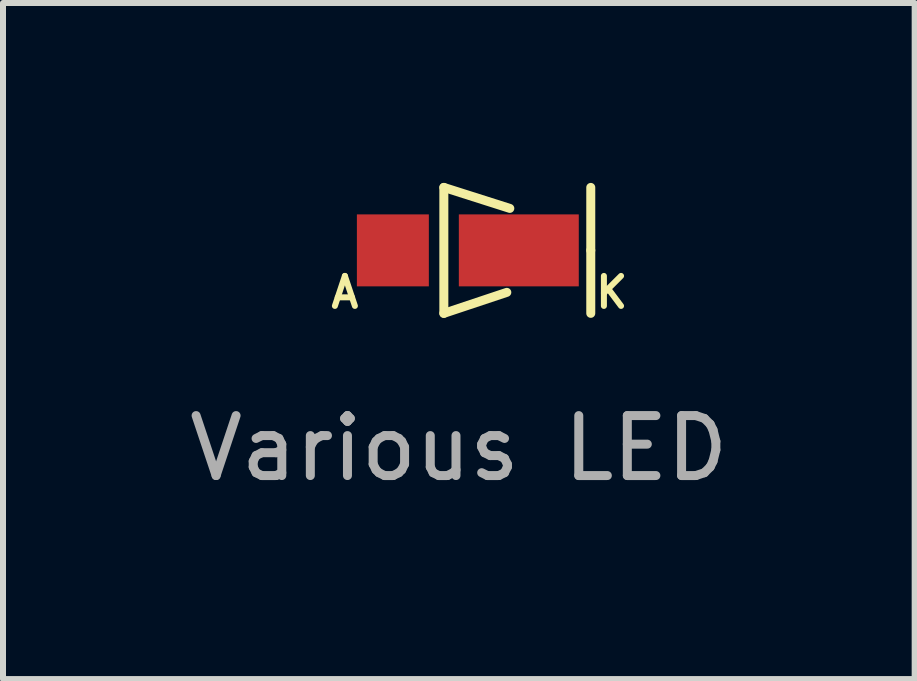
<source format=kicad_pcb>
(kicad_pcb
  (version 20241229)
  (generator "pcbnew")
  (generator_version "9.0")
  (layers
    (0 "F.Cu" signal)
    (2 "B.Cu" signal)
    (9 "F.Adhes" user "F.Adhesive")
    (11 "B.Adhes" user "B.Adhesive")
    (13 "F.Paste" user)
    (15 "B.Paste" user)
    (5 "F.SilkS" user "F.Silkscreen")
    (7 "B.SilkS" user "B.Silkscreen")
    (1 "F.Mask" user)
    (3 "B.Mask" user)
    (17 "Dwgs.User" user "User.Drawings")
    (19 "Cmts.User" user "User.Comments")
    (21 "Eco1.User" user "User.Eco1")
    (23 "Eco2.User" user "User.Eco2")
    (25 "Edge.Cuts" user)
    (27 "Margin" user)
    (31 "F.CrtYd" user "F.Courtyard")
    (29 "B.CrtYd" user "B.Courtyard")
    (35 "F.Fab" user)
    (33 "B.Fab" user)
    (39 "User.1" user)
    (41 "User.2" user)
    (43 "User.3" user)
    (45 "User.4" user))
  (footprint "Various LED"
    (layer "F.Cu")
    (at 4.601 3.925)
    (property "Reference" "Various LED" (at 0 0.5 0) (layer "F.Fab") (effects (font (size 1 1) (thickness 0.15))))
    (attr through_hole)
    (fp_line (start -0.25 -3.85) (end -0.25 -1.75) (stroke (width 0.15) (type solid)) (layer "F.SilkS"))
    (fp_line (start -0.25 -3.85) (end 0.85 -3.5) (stroke (width 0.15) (type solid)) (layer "F.SilkS"))
    (fp_line (start -0.25 -1.75) (end 0.8 -2.1) (stroke (width 0.15) (type solid)) (layer "F.SilkS"))
    (fp_line (start 2.2 -2.8) (end 2.2 -3.85) (stroke (width 0.15) (type solid)) (layer "F.SilkS"))
    (fp_line (start 2.2 -1.75) (end 2.2 -2.8) (stroke (width 0.15) (type solid)) (layer "F.SilkS"))
    (fp_text user "A" (at -1.9 -2.1 0) (layer "F.SilkS") (effects (font (size 0.5 0.5) (thickness 0.1))))
    (fp_text user "K" (at 2.55 -2.1 0) (layer "F.SilkS") (effects (font (size 0.5 0.5) (thickness 0.1))))
    (pad "1" smd rect (at 1 -2.8) (size 2 1.2) (layers "F.Cu" "F.Mask" "F.Paste"))
    (pad "2" smd rect (at -1.1 -2.8) (size 1.2 1.2) (layers "F.Cu" "F.Mask" "F.Paste")))
  (gr_rect
    (start -3 -3)
    (end 12.202 8.273)
    (stroke (width 0.1) (type default))
    (fill no)
    (layer "Edge.Cuts")))
</source>
